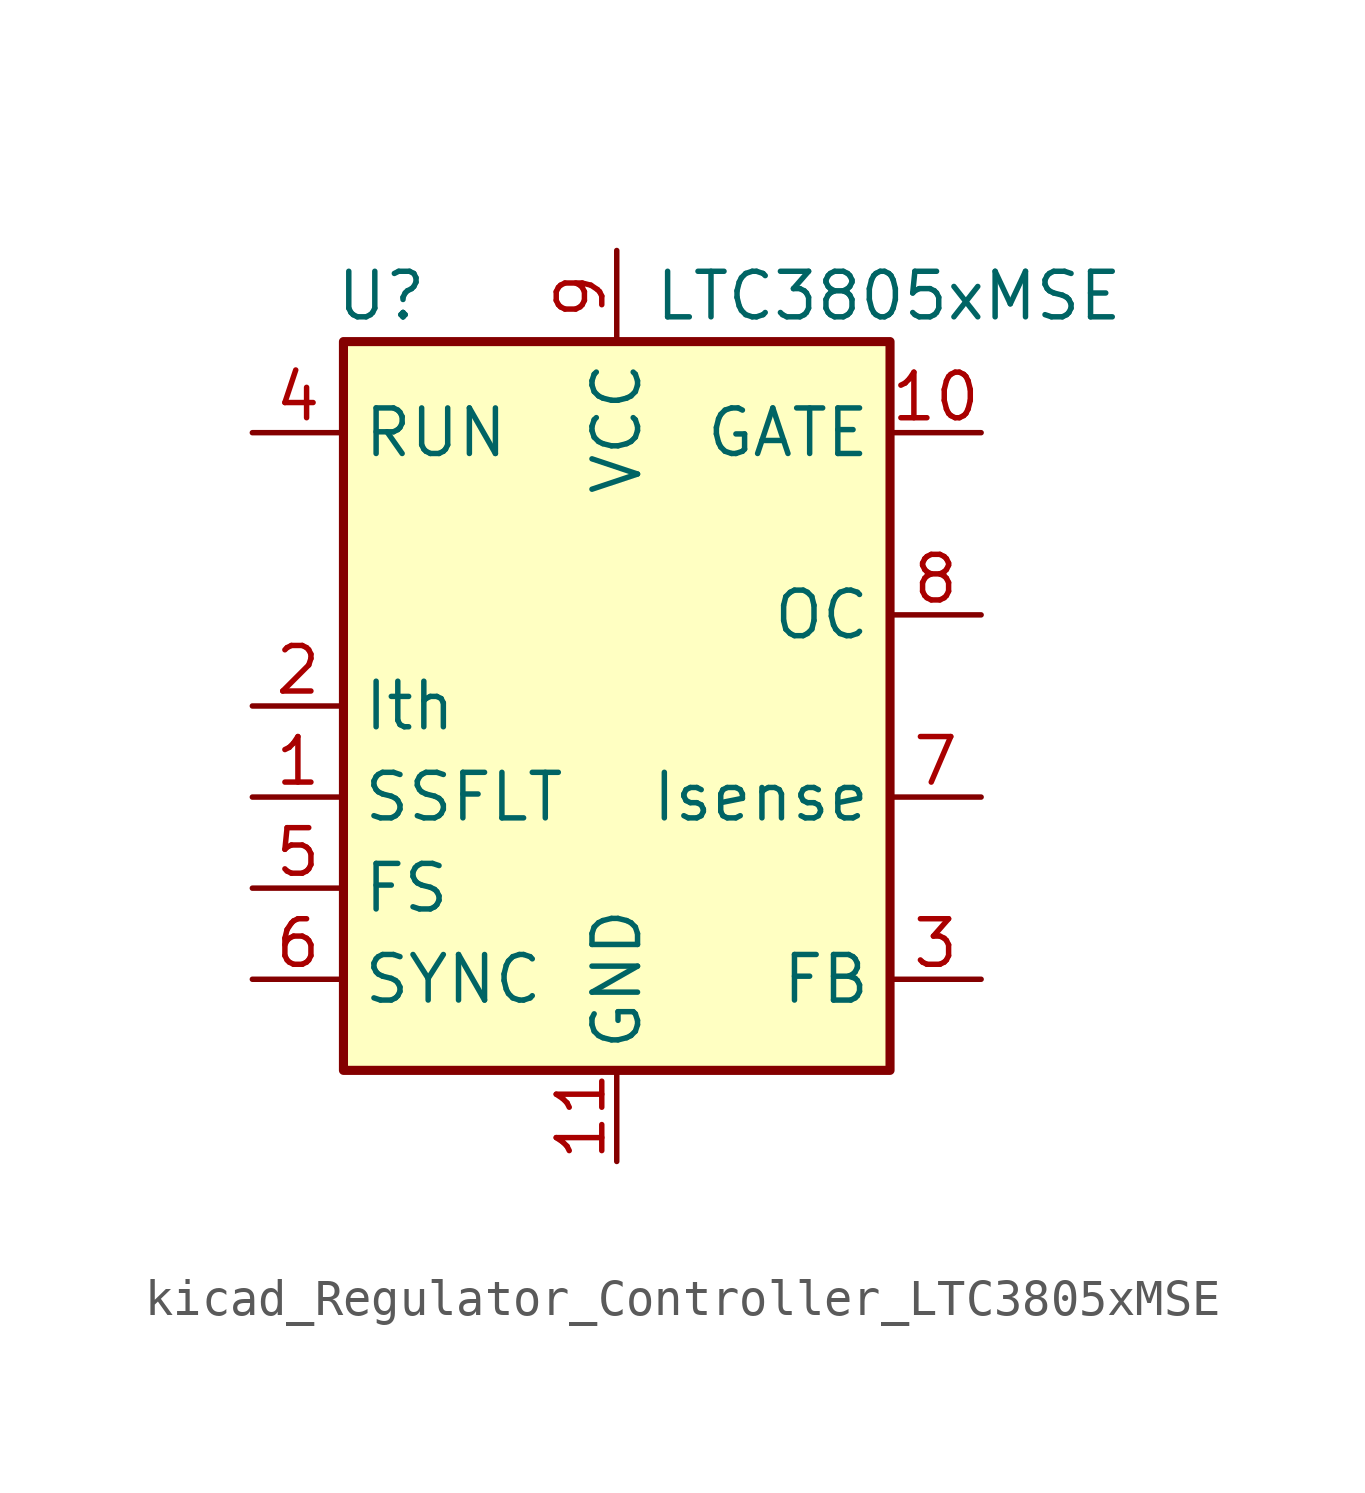
<source format=kicad_sym>
(kicad_symbol_lib
  (version 20220914)
  (generator kicad_symbol_editor)
  (symbol "kicad_Regulator_Controller_LTC3805xMSE"
    (property "Reference" "U"
      (at -7.874 11.43 0)
      (effects (font (size 1.27 1.27)) (justify left)))
    (property "Value" "LTC3805xMSE"
      (at 1.016 11.43 0)
      (effects (font (size 1.27 1.27)) (justify left)))
    (symbol "kicad_Regulator_Controller_LTC3805xMSE_0_1"
      (rectangle (start -7.62 10.16) (end 7.62 -10.16) (stroke (width 0.254) (type default)) (fill (type background))))
    (symbol "kicad_Regulator_Controller_LTC3805xMSE_1_1"
      (pin passive line (at -10.16 -2.54 0) (length 2.54) (name "SSFLT" (effects (font (size 1.27 1.27)))) (number "1" (effects (font (size 1.27 1.27)))))
      (pin output line (at 10.16 7.62 180) (length 2.54) (name "GATE" (effects (font (size 1.27 1.27)))) (number "10" (effects (font (size 1.27 1.27)))))
      (pin power_in line (at 0 -12.7 90) (length 2.54) (name "GND" (effects (font (size 1.27 1.27)))) (number "11" (effects (font (size 1.27 1.27)))))
      (pin passive line (at -10.16 0 0) (length 2.54) (name "Ith" (effects (font (size 1.27 1.27)))) (number "2" (effects (font (size 1.27 1.27)))))
      (pin input line (at 10.16 -7.62 180) (length 2.54) (name "FB" (effects (font (size 1.27 1.27)))) (number "3" (effects (font (size 1.27 1.27)))))
      (pin input line (at -10.16 7.62 0) (length 2.54) (name "RUN" (effects (font (size 1.27 1.27)))) (number "4" (effects (font (size 1.27 1.27)))))
      (pin passive line (at -10.16 -5.08 0) (length 2.54) (name "FS" (effects (font (size 1.27 1.27)))) (number "5" (effects (font (size 1.27 1.27)))))
      (pin input line (at -10.16 -7.62 0) (length 2.54) (name "SYNC" (effects (font (size 1.27 1.27)))) (number "6" (effects (font (size 1.27 1.27)))))
      (pin input line (at 10.16 -2.54 180) (length 2.54) (name "Isense" (effects (font (size 1.27 1.27)))) (number "7" (effects (font (size 1.27 1.27)))))
      (pin input line (at 10.16 2.54 180) (length 2.54) (name "OC" (effects (font (size 1.27 1.27)))) (number "8" (effects (font (size 1.27 1.27)))))
      (pin power_in line (at 0 12.7 270) (length 2.54) (name "VCC" (effects (font (size 1.27 1.27)))) (number "9" (effects (font (size 1.27 1.27))))))))
</source>
